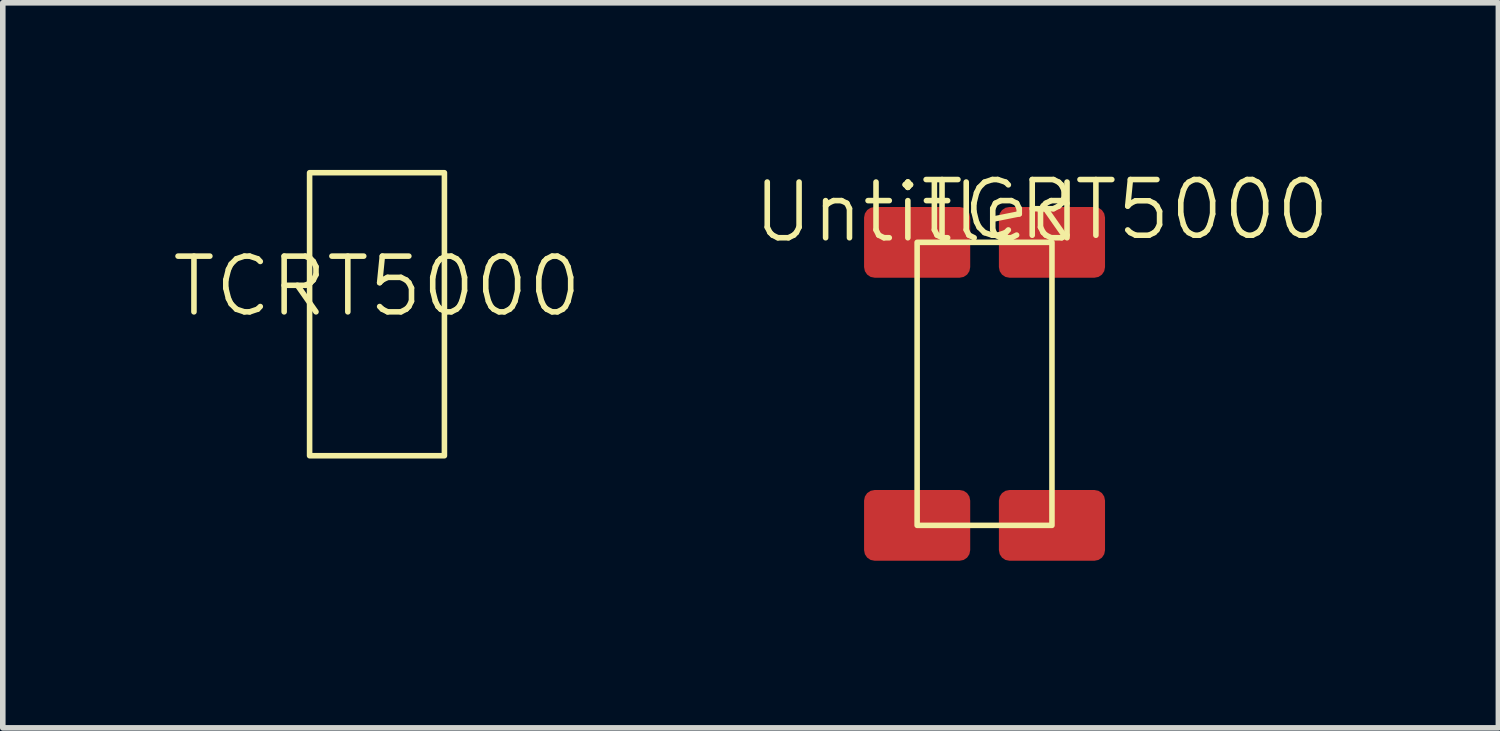
<source format=kicad_pcb>
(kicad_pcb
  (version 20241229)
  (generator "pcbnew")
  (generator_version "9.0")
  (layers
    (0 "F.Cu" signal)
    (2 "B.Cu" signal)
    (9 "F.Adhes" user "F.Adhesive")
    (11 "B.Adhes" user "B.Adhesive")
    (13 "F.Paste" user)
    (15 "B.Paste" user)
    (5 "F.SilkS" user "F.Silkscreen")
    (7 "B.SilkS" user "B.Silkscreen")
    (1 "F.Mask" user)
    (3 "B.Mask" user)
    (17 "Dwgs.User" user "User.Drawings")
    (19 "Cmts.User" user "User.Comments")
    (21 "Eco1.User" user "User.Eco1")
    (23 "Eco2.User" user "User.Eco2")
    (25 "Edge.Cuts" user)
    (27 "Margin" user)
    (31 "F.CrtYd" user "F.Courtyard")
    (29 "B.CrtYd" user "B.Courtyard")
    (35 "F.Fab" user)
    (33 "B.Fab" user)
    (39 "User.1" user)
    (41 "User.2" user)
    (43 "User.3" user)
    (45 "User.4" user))
  (footprint "TCRT5000"
    (layer "F.Cu")
    (at 3.717 2.59)
    (property "Reference" "TCRT5000" (at 0 -0.5 0) (unlocked yes) (layer "F.SilkS") (effects (font (size 1 1) (thickness 0.1))))
    (attr smd)
    (fp_rect (start -1.21 -2.54) (end 1.21 2.54) (stroke (width 0.1) (type default)) (fill no) (layer "F.SilkS")))
  (footprint "Untitled"
    (layer "F.Cu")
    (at 13.412 1.26)
    (property "Reference" "Untitled" (at 0 -0.5 0) (unlocked yes) (layer "F.SilkS") (effects (font (size 1 1) (thickness 0.1))))
    (attr smd)
    (fp_rect (start 0 0.04) (end 2.42 5.12) (stroke (width 0.1) (type default)) (fill no) (layer "F.SilkS"))
    (fp_text user "TCRT5000" (at 0 0.04 0) (unlocked yes) (layer "F.SilkS") (effects (font (size 1 1) (thickness 0.1)) (justify left bottom)))
    (pad "4" smd roundrect (at 0 0.04) (size 1.905 1.27) (layers "F.Cu" "F.Mask" "F.Paste") (roundrect_rratio 0.15))
    (pad "5" smd roundrect (at 2.42 0.04) (size 1.905 1.27) (layers "F.Cu" "F.Mask" "F.Paste") (roundrect_rratio 0.15))
    (pad "6" smd roundrect (at 2.42 5.12) (size 1.905 1.27) (layers "F.Cu" "F.Mask" "F.Paste") (roundrect_rratio 0.15))
    (pad "7" smd roundrect (at 0 5.12) (size 1.905 1.27) (layers "F.Cu" "F.Mask" "F.Paste") (roundrect_rratio 0.15)))
  (gr_rect
    (start -3 -3)
    (end 23.845 10.015)
    (stroke (width 0.1) (type default))
    (fill no)
    (layer "Edge.Cuts")))
</source>
